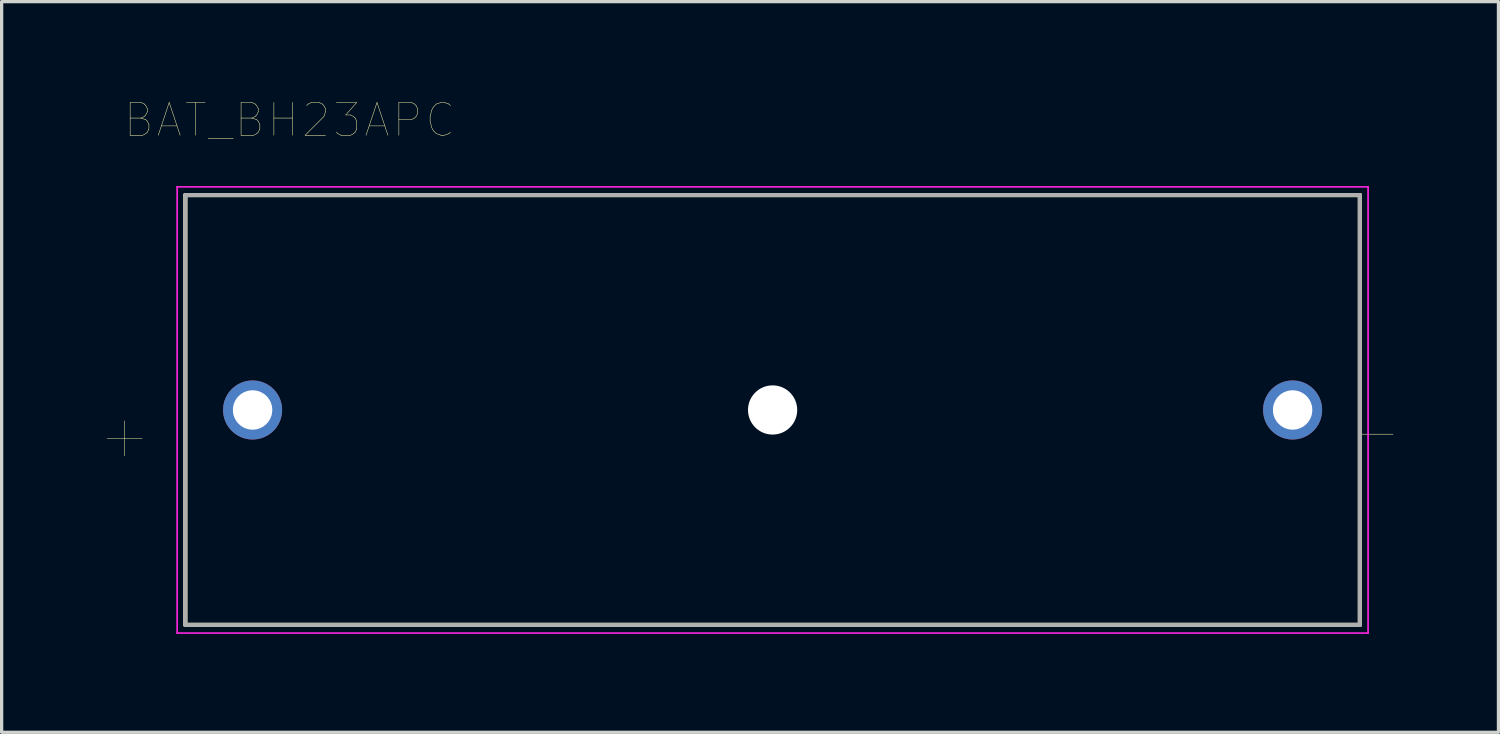
<source format=kicad_pcb>
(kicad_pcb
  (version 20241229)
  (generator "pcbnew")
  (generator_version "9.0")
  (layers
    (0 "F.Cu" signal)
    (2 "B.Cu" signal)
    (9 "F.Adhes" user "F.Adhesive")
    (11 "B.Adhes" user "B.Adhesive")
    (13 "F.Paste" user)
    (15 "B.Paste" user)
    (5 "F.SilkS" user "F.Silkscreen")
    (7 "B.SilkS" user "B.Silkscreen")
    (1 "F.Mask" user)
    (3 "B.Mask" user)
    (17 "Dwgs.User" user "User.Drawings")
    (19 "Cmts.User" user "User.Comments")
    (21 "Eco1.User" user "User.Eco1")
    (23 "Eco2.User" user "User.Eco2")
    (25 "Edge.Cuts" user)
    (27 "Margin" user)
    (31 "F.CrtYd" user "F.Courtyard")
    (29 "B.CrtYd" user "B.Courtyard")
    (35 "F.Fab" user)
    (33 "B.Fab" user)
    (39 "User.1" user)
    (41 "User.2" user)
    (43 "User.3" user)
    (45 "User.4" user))
  (footprint "BAT_BH23APC"
    (layer "F.Cu")
    (at 20.499 9.446)
    (property "Reference" "BAT_BH23APC" (at -14.725 -8.835 0) (layer "F.SilkS") (effects (font (size 1 1) (thickness 0.015))))
    (attr through_hole)
    (fp_line (start -17.9 -6.55) (end 17.9 -6.55) (stroke (width 0.127) (type solid)) (layer "F.SilkS"))
    (fp_line (start -17.9 6.55) (end -17.9 -6.55) (stroke (width 0.127) (type solid)) (layer "F.SilkS"))
    (fp_line (start 17.9 -6.55) (end 17.9 6.55) (stroke (width 0.127) (type solid)) (layer "F.SilkS"))
    (fp_line (start 17.9 6.55) (end -17.9 6.55) (stroke (width 0.127) (type solid)) (layer "F.SilkS"))
    (fp_line (start -18.15 -6.8) (end -18.15 6.8) (stroke (width 0.05) (type solid)) (layer "F.CrtYd"))
    (fp_line (start -18.15 6.8) (end 18.15 6.8) (stroke (width 0.05) (type solid)) (layer "F.CrtYd"))
    (fp_line (start 18.15 -6.8) (end -18.15 -6.8) (stroke (width 0.05) (type solid)) (layer "F.CrtYd"))
    (fp_line (start 18.15 6.8) (end 18.15 -6.8) (stroke (width 0.05) (type solid)) (layer "F.CrtYd"))
    (fp_line (start -17.9 -6.55) (end 17.9 -6.55) (stroke (width 0.127) (type solid)) (layer "F.Fab"))
    (fp_line (start -17.9 6.55) (end -17.9 -6.55) (stroke (width 0.127) (type solid)) (layer "F.Fab"))
    (fp_line (start 17.9 -6.55) (end 17.9 6.55) (stroke (width 0.127) (type solid)) (layer "F.Fab"))
    (fp_line (start 17.9 6.55) (end -17.9 6.55) (stroke (width 0.127) (type solid)) (layer "F.Fab"))
    (fp_text user "-" (at 18.375 0.625 0) (layer "F.SilkS") (effects (font (size 1.4 1.4) (thickness 0.015))))
    (fp_text user "+" (at -19.75 0.75 0) (layer "F.SilkS") (effects (font (size 1.4 1.4) (thickness 0.015))))
    (pad "" np_thru_hole circle (at 0 0) (size 1.5 1.5) (drill 1.5) (layers "*.Cu" "*.Mask"))
    (pad "+" thru_hole circle (at -15.85 0) (size 1.8 1.8) (drill 1.2) (layers "*.Cu" "*.Mask"))
    (pad "-" thru_hole circle (at 15.85 0) (size 1.8 1.8) (drill 1.2) (layers "*.Cu" "*.Mask")))
  (gr_rect
    (start -3 -3)
    (end 42.623 19.271)
    (stroke (width 0.1) (type default))
    (fill no)
    (layer "Edge.Cuts")))
</source>
